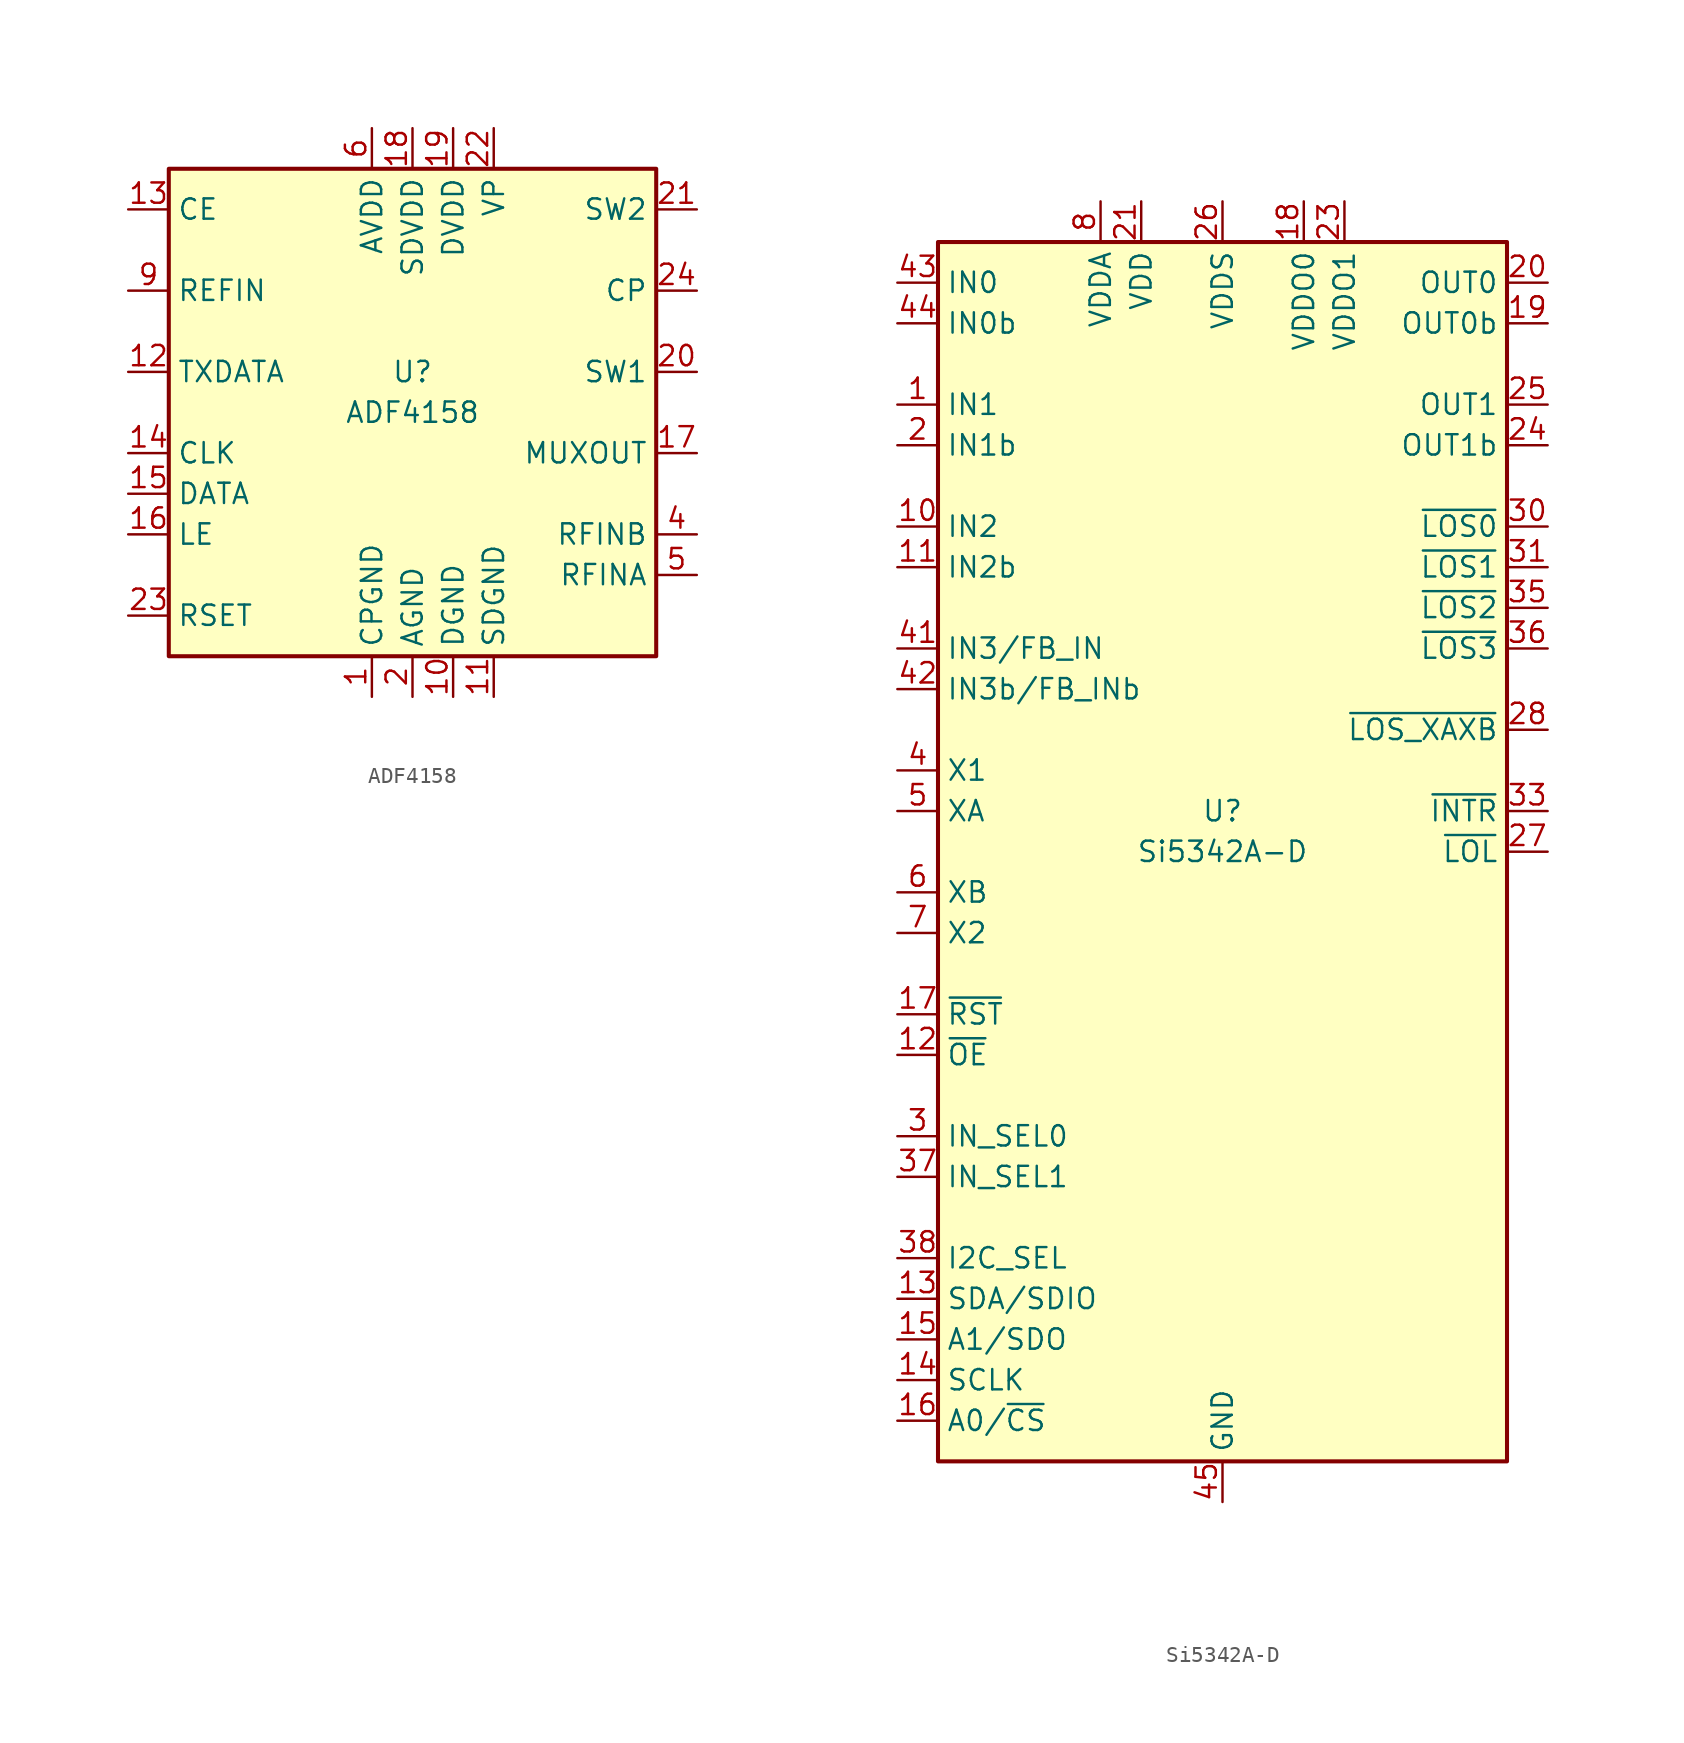
<source format=kicad_sym>
(kicad_symbol_lib
  (version 20220914)
  (generator kicad_symbol_editor)
  (symbol "ADF4158"
    (property "Reference" "U"
      (at 0 2.54 0)
      (effects (font (size 1.27 1.27))))
    (property "Value" "ADF4158"
      (at 0 0 0)
      (effects (font (size 1.27 1.27))))
    (symbol "ADF4158_0_1"
      (rectangle (start -15.24 15.24) (end 15.24 -15.24) (stroke (width 0.254) (type default)) (fill (type background))))
    (symbol "ADF4158_1_1"
      (pin power_in line (at -2.54 -17.78 90) (length 2.54) (name "CPGND" (effects (font (size 1.27 1.27)))) (number "1" (effects (font (size 1.27 1.27)))))
      (pin power_in line (at 2.54 -17.78 90) (length 2.54) (name "DGND" (effects (font (size 1.27 1.27)))) (number "10" (effects (font (size 1.27 1.27)))))
      (pin power_in line (at 5.08 -17.78 90) (length 2.54) (name "SDGND" (effects (font (size 1.27 1.27)))) (number "11" (effects (font (size 1.27 1.27)))))
      (pin input line (at -17.78 2.54 0) (length 2.54) (name "TXDATA" (effects (font (size 1.27 1.27)))) (number "12" (effects (font (size 1.27 1.27)))))
      (pin input line (at -17.78 12.7 0) (length 2.54) (name "CE" (effects (font (size 1.27 1.27)))) (number "13" (effects (font (size 1.27 1.27)))))
      (pin input line (at -17.78 -2.54 0) (length 2.54) (name "CLK" (effects (font (size 1.27 1.27)))) (number "14" (effects (font (size 1.27 1.27)))))
      (pin input line (at -17.78 -5.08 0) (length 2.54) (name "DATA" (effects (font (size 1.27 1.27)))) (number "15" (effects (font (size 1.27 1.27)))))
      (pin input line (at -17.78 -7.62 0) (length 2.54) (name "LE" (effects (font (size 1.27 1.27)))) (number "16" (effects (font (size 1.27 1.27)))))
      (pin output line (at 17.78 -2.54 180) (length 2.54) (name "MUXOUT" (effects (font (size 1.27 1.27)))) (number "17" (effects (font (size 1.27 1.27)))))
      (pin power_in line (at 0 17.78 270) (length 2.54) (name "SDVDD" (effects (font (size 1.27 1.27)))) (number "18" (effects (font (size 1.27 1.27)))))
      (pin power_in line (at 2.54 17.78 270) (length 2.54) (name "DVDD" (effects (font (size 1.27 1.27)))) (number "19" (effects (font (size 1.27 1.27)))))
      (pin power_in line (at 0 -17.78 90) (length 2.54) (name "AGND" (effects (font (size 1.27 1.27)))) (number "2" (effects (font (size 1.27 1.27)))))
      (pin passive line (at 17.78 2.54 180) (length 2.54) (name "SW1" (effects (font (size 1.27 1.27)))) (number "20" (effects (font (size 1.27 1.27)))))
      (pin passive line (at 17.78 12.7 180) (length 2.54) (name "SW2" (effects (font (size 1.27 1.27)))) (number "21" (effects (font (size 1.27 1.27)))))
      (pin power_in line (at 5.08 17.78 270) (length 2.54) (name "VP" (effects (font (size 1.27 1.27)))) (number "22" (effects (font (size 1.27 1.27)))))
      (pin passive line (at -17.78 -12.7 0) (length 2.54) (name "RSET" (effects (font (size 1.27 1.27)))) (number "23" (effects (font (size 1.27 1.27)))))
      (pin output line (at 17.78 7.62 180) (length 2.54) (name "CP" (effects (font (size 1.27 1.27)))) (number "24" (effects (font (size 1.27 1.27)))))
      (pin passive line (at 0 -17.78 90) (length 2.54) hide (name "AGND" (effects (font (size 1.27 1.27)))) (number "25" (effects (font (size 1.27 1.27)))))
      (pin passive line (at 0 -17.78 90) (length 2.54) hide (name "AGND" (effects (font (size 1.27 1.27)))) (number "3" (effects (font (size 1.27 1.27)))))
      (pin input line (at 17.78 -7.62 180) (length 2.54) (name "RFINB" (effects (font (size 1.27 1.27)))) (number "4" (effects (font (size 1.27 1.27)))))
      (pin input line (at 17.78 -10.16 180) (length 2.54) (name "RFINA" (effects (font (size 1.27 1.27)))) (number "5" (effects (font (size 1.27 1.27)))))
      (pin power_in line (at -2.54 17.78 270) (length 2.54) (name "AVDD" (effects (font (size 1.27 1.27)))) (number "6" (effects (font (size 1.27 1.27)))))
      (pin passive line (at -2.54 17.78 270) (length 2.54) hide (name "AVDD" (effects (font (size 1.27 1.27)))) (number "7" (effects (font (size 1.27 1.27)))))
      (pin passive line (at -2.54 17.78 270) (length 2.54) hide (name "AVDD" (effects (font (size 1.27 1.27)))) (number "8" (effects (font (size 1.27 1.27)))))
      (pin input line (at -17.78 7.62 0) (length 2.54) (name "REFIN" (effects (font (size 1.27 1.27)))) (number "9" (effects (font (size 1.27 1.27)))))))
  (symbol "Si5342A-D"
    (property "Reference" "U"
      (at 0 2.54 0)
      (effects (font (size 1.27 1.27))))
    (property "Value" "Si5342A-D"
      (at 0 0 0)
      (effects (font (size 1.27 1.27))))
    (symbol "Si5342A-D_0_1"
      (rectangle (start -17.78 38.1) (end 17.78 -38.1) (stroke (width 0.254) (type default)) (fill (type background))))
    (symbol "Si5342A-D_1_1"
      (pin input line (at -20.32 27.94 0) (length 2.54) (name "IN1" (effects (font (size 1.27 1.27)))) (number "1" (effects (font (size 1.27 1.27)))))
      (pin input line (at -20.32 20.32 0) (length 2.54) (name "IN2" (effects (font (size 1.27 1.27)))) (number "10" (effects (font (size 1.27 1.27)))))
      (pin input line (at -20.32 17.78 0) (length 2.54) (name "IN2b" (effects (font (size 1.27 1.27)))) (number "11" (effects (font (size 1.27 1.27)))))
      (pin input line (at -20.32 -12.7 0) (length 2.54) (name "~{OE}" (effects (font (size 1.27 1.27)))) (number "12" (effects (font (size 1.27 1.27)))))
      (pin bidirectional line (at -20.32 -27.94 0) (length 2.54) (name "SDA/SDIO" (effects (font (size 1.27 1.27)))) (number "13" (effects (font (size 1.27 1.27)))))
      (pin input line (at -20.32 -33.02 0) (length 2.54) (name "SCLK" (effects (font (size 1.27 1.27)))) (number "14" (effects (font (size 1.27 1.27)))))
      (pin bidirectional line (at -20.32 -30.48 0) (length 2.54) (name "A1/SDO" (effects (font (size 1.27 1.27)))) (number "15" (effects (font (size 1.27 1.27)))))
      (pin input line (at -20.32 -35.56 0) (length 2.54) (name "A0/~{CS}" (effects (font (size 1.27 1.27)))) (number "16" (effects (font (size 1.27 1.27)))))
      (pin input line (at -20.32 -10.16 0) (length 2.54) (name "~{RST}" (effects (font (size 1.27 1.27)))) (number "17" (effects (font (size 1.27 1.27)))))
      (pin power_in line (at 5.08 40.64 270) (length 2.54) (name "VDDO0" (effects (font (size 1.27 1.27)))) (number "18" (effects (font (size 1.27 1.27)))))
      (pin output line (at 20.32 33.02 180) (length 2.54) (name "OUT0b" (effects (font (size 1.27 1.27)))) (number "19" (effects (font (size 1.27 1.27)))))
      (pin input line (at -20.32 25.4 0) (length 2.54) (name "IN1b" (effects (font (size 1.27 1.27)))) (number "2" (effects (font (size 1.27 1.27)))))
      (pin output line (at 20.32 35.56 180) (length 2.54) (name "OUT0" (effects (font (size 1.27 1.27)))) (number "20" (effects (font (size 1.27 1.27)))))
      (pin power_in line (at -5.08 40.64 270) (length 2.54) (name "VDD" (effects (font (size 1.27 1.27)))) (number "21" (effects (font (size 1.27 1.27)))))
      (pin no_connect line (at 17.78 -35.56 180) (length 2.54) hide (name "NC" (effects (font (size 1.27 1.27)))) (number "22" (effects (font (size 1.27 1.27)))))
      (pin power_in line (at 7.62 40.64 270) (length 2.54) (name "VDDO1" (effects (font (size 1.27 1.27)))) (number "23" (effects (font (size 1.27 1.27)))))
      (pin output line (at 20.32 25.4 180) (length 2.54) (name "OUT1b" (effects (font (size 1.27 1.27)))) (number "24" (effects (font (size 1.27 1.27)))))
      (pin output line (at 20.32 27.94 180) (length 2.54) (name "OUT1" (effects (font (size 1.27 1.27)))) (number "25" (effects (font (size 1.27 1.27)))))
      (pin power_in line (at 0 40.64 270) (length 2.54) (name "VDDS" (effects (font (size 1.27 1.27)))) (number "26" (effects (font (size 1.27 1.27)))))
      (pin output line (at 20.32 0 180) (length 2.54) (name "~{LOL}" (effects (font (size 1.27 1.27)))) (number "27" (effects (font (size 1.27 1.27)))))
      (pin output line (at 20.32 7.62 180) (length 2.54) (name "~{LOS_XAXB}" (effects (font (size 1.27 1.27)))) (number "28" (effects (font (size 1.27 1.27)))))
      (pin passive line (at 0 40.64 270) (length 2.54) hide (name "VDDS" (effects (font (size 1.27 1.27)))) (number "29" (effects (font (size 1.27 1.27)))))
      (pin input line (at -20.32 -17.78 0) (length 2.54) (name "IN_SEL0" (effects (font (size 1.27 1.27)))) (number "3" (effects (font (size 1.27 1.27)))))
      (pin output line (at 20.32 20.32 180) (length 2.54) (name "~{LOS0}" (effects (font (size 1.27 1.27)))) (number "30" (effects (font (size 1.27 1.27)))))
      (pin output line (at 20.32 17.78 180) (length 2.54) (name "~{LOS1}" (effects (font (size 1.27 1.27)))) (number "31" (effects (font (size 1.27 1.27)))))
      (pin passive line (at -5.08 40.64 270) (length 2.54) hide (name "VDD" (effects (font (size 1.27 1.27)))) (number "32" (effects (font (size 1.27 1.27)))))
      (pin output line (at 20.32 2.54 180) (length 2.54) (name "~{INTR}" (effects (font (size 1.27 1.27)))) (number "33" (effects (font (size 1.27 1.27)))))
      (pin passive line (at 0 40.64 270) (length 2.54) hide (name "VDDS" (effects (font (size 1.27 1.27)))) (number "34" (effects (font (size 1.27 1.27)))))
      (pin output line (at 20.32 15.24 180) (length 2.54) (name "~{LOS2}" (effects (font (size 1.27 1.27)))) (number "35" (effects (font (size 1.27 1.27)))))
      (pin output line (at 20.32 12.7 180) (length 2.54) (name "~{LOS3}" (effects (font (size 1.27 1.27)))) (number "36" (effects (font (size 1.27 1.27)))))
      (pin input line (at -20.32 -20.32 0) (length 2.54) (name "IN_SEL1" (effects (font (size 1.27 1.27)))) (number "37" (effects (font (size 1.27 1.27)))))
      (pin input line (at -20.32 -25.4 0) (length 2.54) (name "I2C_SEL" (effects (font (size 1.27 1.27)))) (number "38" (effects (font (size 1.27 1.27)))))
      (pin passive line (at -5.08 40.64 270) (length 2.54) hide (name "VDD" (effects (font (size 1.27 1.27)))) (number "39" (effects (font (size 1.27 1.27)))))
      (pin input line (at -20.32 5.08 0) (length 2.54) (name "X1" (effects (font (size 1.27 1.27)))) (number "4" (effects (font (size 1.27 1.27)))))
      (pin passive line (at -5.08 40.64 270) (length 2.54) hide (name "VDD" (effects (font (size 1.27 1.27)))) (number "40" (effects (font (size 1.27 1.27)))))
      (pin input line (at -20.32 12.7 0) (length 2.54) (name "IN3/FB_IN" (effects (font (size 1.27 1.27)))) (number "41" (effects (font (size 1.27 1.27)))))
      (pin input line (at -20.32 10.16 0) (length 2.54) (name "IN3b/FB_INb" (effects (font (size 1.27 1.27)))) (number "42" (effects (font (size 1.27 1.27)))))
      (pin input line (at -20.32 35.56 0) (length 2.54) (name "IN0" (effects (font (size 1.27 1.27)))) (number "43" (effects (font (size 1.27 1.27)))))
      (pin input line (at -20.32 33.02 0) (length 2.54) (name "IN0b" (effects (font (size 1.27 1.27)))) (number "44" (effects (font (size 1.27 1.27)))))
      (pin power_in line (at 0 -40.64 90) (length 2.54) (name "GND" (effects (font (size 1.27 1.27)))) (number "45" (effects (font (size 1.27 1.27)))))
      (pin input line (at -20.32 2.54 0) (length 2.54) (name "XA" (effects (font (size 1.27 1.27)))) (number "5" (effects (font (size 1.27 1.27)))))
      (pin input line (at -20.32 -2.54 0) (length 2.54) (name "XB" (effects (font (size 1.27 1.27)))) (number "6" (effects (font (size 1.27 1.27)))))
      (pin input line (at -20.32 -5.08 0) (length 2.54) (name "X2" (effects (font (size 1.27 1.27)))) (number "7" (effects (font (size 1.27 1.27)))))
      (pin power_in line (at -7.62 40.64 270) (length 2.54) (name "VDDA" (effects (font (size 1.27 1.27)))) (number "8" (effects (font (size 1.27 1.27)))))
      (pin passive line (at -7.62 40.64 270) (length 2.54) hide (name "VDDA" (effects (font (size 1.27 1.27)))) (number "9" (effects (font (size 1.27 1.27))))))))
</source>
